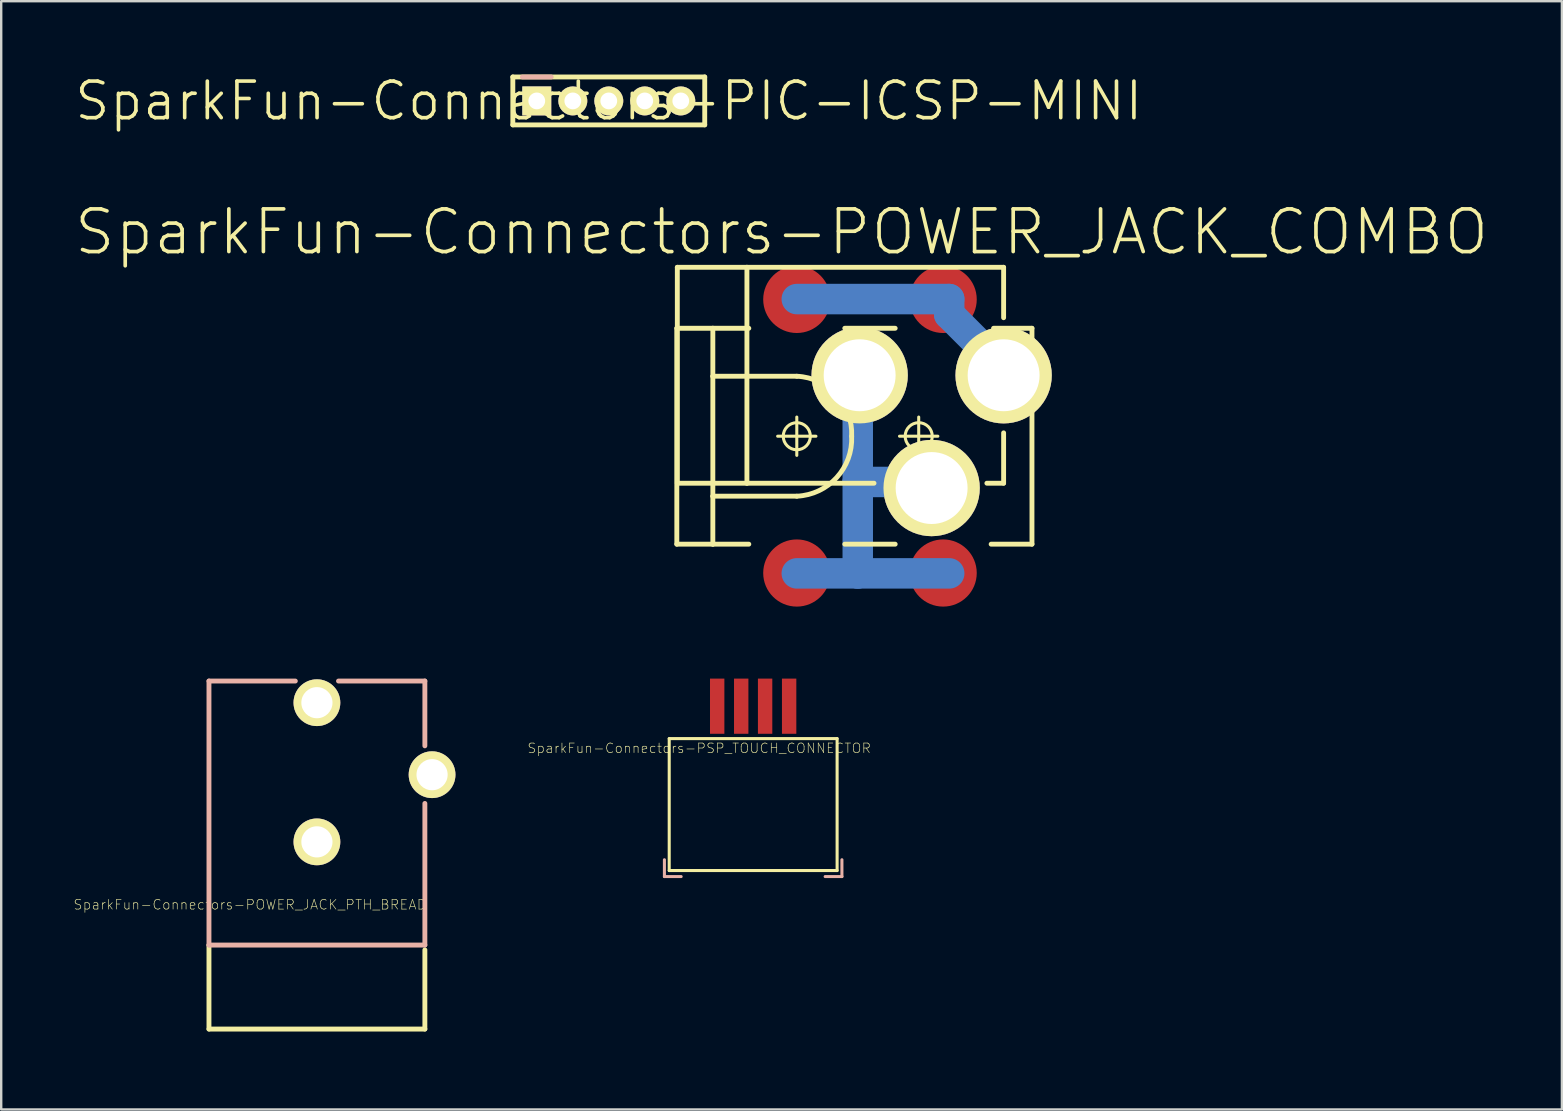
<source format=kicad_pcb>
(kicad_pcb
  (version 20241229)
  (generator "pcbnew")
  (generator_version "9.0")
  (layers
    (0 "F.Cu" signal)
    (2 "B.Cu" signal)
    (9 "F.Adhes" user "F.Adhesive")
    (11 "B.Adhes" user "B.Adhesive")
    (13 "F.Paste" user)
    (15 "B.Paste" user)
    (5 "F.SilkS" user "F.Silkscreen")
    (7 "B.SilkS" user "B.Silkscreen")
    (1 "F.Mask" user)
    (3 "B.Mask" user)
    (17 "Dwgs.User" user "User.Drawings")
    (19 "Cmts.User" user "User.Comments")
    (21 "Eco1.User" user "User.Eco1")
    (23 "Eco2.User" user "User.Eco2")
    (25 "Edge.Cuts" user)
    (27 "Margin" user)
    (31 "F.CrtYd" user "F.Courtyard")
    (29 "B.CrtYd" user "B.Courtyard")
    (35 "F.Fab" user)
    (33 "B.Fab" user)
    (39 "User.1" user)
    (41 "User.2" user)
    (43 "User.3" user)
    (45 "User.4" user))
  (footprint "SparkFun-Connectors-PSP_TOUCH_CONNECTOR"
    (layer "F.Cu")
    (at 28.332 29.225)
    (property "Reference" "SparkFun-Connectors-PSP_TOUCH_CONNECTOR" (at -2.248 -1.1 0) (layer "F.SilkS") (effects (font (size 0.399 0.399) (thickness 0.025))))
    (attr smd)
    (fp_line (start -3.498 -1.499) (end 3.498 -1.499) (stroke (width 0.127) (type solid)) (layer "F.SilkS"))
    (fp_line (start -3.498 3.998) (end -3.498 -1.499) (stroke (width 0.127) (type solid)) (layer "F.SilkS"))
    (fp_line (start -3.498 3.998) (end 3.498 3.998) (stroke (width 0.127) (type solid)) (layer "F.SilkS"))
    (fp_line (start 3.498 3.998) (end 3.498 -1.499) (stroke (width 0.127) (type solid)) (layer "F.SilkS"))
    (fp_line (start -3.698 3.548) (end -3.698 4.249) (stroke (width 0.127) (type solid)) (layer "B.SilkS"))
    (fp_line (start -3 4.249) (end -3.698 4.249) (stroke (width 0.127) (type solid)) (layer "B.SilkS"))
    (fp_line (start 3 4.249) (end 3.698 4.249) (stroke (width 0.127) (type solid)) (layer "B.SilkS"))
    (fp_line (start 3.698 3.548) (end 3.698 4.249) (stroke (width 0.127) (type solid)) (layer "B.SilkS"))
    (pad "X1" smd rect (at 1.499 -2.85 90) (size 2.299 0.599) (layers "F.Cu" "F.Mask" "F.Paste"))
    (pad "X2" smd rect (at -0.498 -2.85 90) (size 2.299 0.599) (layers "F.Cu" "F.Mask" "F.Paste"))
    (pad "Y1" smd rect (at -1.499 -2.85 90) (size 2.299 0.599) (layers "F.Cu" "F.Mask" "F.Paste"))
    (pad "Y2" smd rect (at 0.498 -2.85 90) (size 2.299 0.599) (layers "F.Cu" "F.Mask" "F.Paste")))
  (footprint "SparkFun-Connectors-POWER_JACK_PTH_BREAD"
    (layer "F.Cu")
    (at 10.155 39.927)
    (property "Reference" "SparkFun-Connectors-POWER_JACK_PTH_BREAD" (at -2.794 -5.283 0) (layer "F.SilkS") (effects (font (size 0.406 0.406) (thickness 0.025))))
    (attr exclude_from_pos_files exclude_from_bom)
    (fp_line (start -4.498 -3.599) (end -4.498 -0.099) (stroke (width 0.203) (type solid)) (layer "F.SilkS"))
    (fp_line (start 4.498 -0.099) (end -4.498 -0.099) (stroke (width 0.203) (type solid)) (layer "F.SilkS"))
    (fp_line (start 4.498 -0.099) (end 4.498 -3.399) (stroke (width 0.203) (type solid)) (layer "F.SilkS"))
    (fp_line (start -4.498 -14.6) (end -0.899 -14.6) (stroke (width 0.203) (type solid)) (layer "B.SilkS"))
    (fp_line (start -4.498 -3.599) (end -4.498 -14.6) (stroke (width 0.203) (type solid)) (layer "B.SilkS"))
    (fp_line (start -4.498 -3.599) (end 4.498 -3.599) (stroke (width 0.203) (type solid)) (layer "B.SilkS"))
    (fp_line (start 4.498 -14.6) (end 0.899 -14.6) (stroke (width 0.203) (type solid)) (layer "B.SilkS"))
    (fp_line (start 4.498 -14.6) (end 4.498 -11.9) (stroke (width 0.203) (type solid)) (layer "B.SilkS"))
    (fp_line (start 4.498 -3.599) (end 4.498 -9.5) (stroke (width 0.203) (type solid)) (layer "B.SilkS"))
    (pad "GND" thru_hole circle (at 0 -7.899) (size 1.948 1.948) (drill 1.298) (layers "*.Cu" "F.Mask" "F.SilkS" "F.Paste"))
    (pad "GNDB" thru_hole circle (at 4.798 -10.698) (size 1.948 1.948) (drill 1.298) (layers "*.Cu" "F.Mask" "F.SilkS" "F.Paste"))
    (pad "PWR" thru_hole circle (at 0 -13.698) (size 1.948 1.948) (drill 1.298) (layers "*.Cu" "F.Mask" "F.SilkS" "F.Paste")))
  (footprint "SparkFun-Connectors-POWER_JACK_COMBO"
    (layer "F.Cu")
    (at 30.15 15.126)
    (property "Reference" "SparkFun-Connectors-POWER_JACK_COMBO" (at -0.635 -8.509 0) (layer "F.SilkS") (effects (font (size 1.778 1.778) (thickness 0.152))))
    (attr smd)
    (fp_line (start 0 -5.715) (end 6.35 -5.715) (stroke (width 1.27) (type solid)) (layer "B.Cu"))
    (fp_line (start 2.54 -2.54) (end 2.54 1.905) (stroke (width 1.27) (type solid)) (layer "B.Cu"))
    (fp_line (start 2.54 1.905) (end 2.54 5.715) (stroke (width 1.27) (type solid)) (layer "B.Cu"))
    (fp_line (start 2.54 5.715) (end 0 5.715) (stroke (width 1.27) (type solid)) (layer "B.Cu"))
    (fp_line (start 5.715 1.905) (end 2.54 1.905) (stroke (width 1.27) (type solid)) (layer "B.Cu"))
    (fp_line (start 6.35 -5.715) (end 6.35 -5.08) (stroke (width 1.27) (type solid)) (layer "B.Cu"))
    (fp_line (start 6.35 -5.08) (end 8.89 -2.54) (stroke (width 1.27) (type solid)) (layer "B.Cu"))
    (fp_line (start 6.35 5.715) (end 2.54 5.715) (stroke (width 1.27) (type solid)) (layer "B.Cu"))
    (fp_line (start -4.999 -4.498) (end -4.999 4.498) (stroke (width 0.203) (type solid)) (layer "F.SilkS"))
    (fp_line (start -4.999 -4.498) (end -3.498 -4.498) (stroke (width 0.203) (type solid)) (layer "F.SilkS"))
    (fp_line (start -4.978 1.958) (end -4.978 -7.038) (stroke (width 0.203) (type solid)) (layer "F.SilkS"))
    (fp_line (start -4.978 1.958) (end -2.078 1.958) (stroke (width 0.203) (type solid)) (layer "F.SilkS"))
    (fp_line (start -3.498 -4.498) (end -3.498 -2.499) (stroke (width 0.203) (type solid)) (layer "F.SilkS"))
    (fp_line (start -3.498 -4.498) (end -1.999 -4.498) (stroke (width 0.203) (type solid)) (layer "F.SilkS"))
    (fp_line (start -3.498 -2.499) (end -3.498 2.499) (stroke (width 0.203) (type solid)) (layer "F.SilkS"))
    (fp_line (start -3.498 -2.499) (end 0 -2.499) (stroke (width 0.203) (type solid)) (layer "F.SilkS"))
    (fp_line (start -3.498 2.499) (end -3.498 4.498) (stroke (width 0.203) (type solid)) (layer "F.SilkS"))
    (fp_line (start -3.498 4.498) (end -4.999 4.498) (stroke (width 0.203) (type solid)) (layer "F.SilkS"))
    (fp_line (start -2.078 -7.038) (end -4.978 -7.038) (stroke (width 0.203) (type solid)) (layer "F.SilkS"))
    (fp_line (start -2.078 -7.038) (end -2.078 1.958) (stroke (width 0.203) (type solid)) (layer "F.SilkS"))
    (fp_line (start -2.078 -7.038) (end 8.618 -7.038) (stroke (width 0.203) (type solid)) (layer "F.SilkS"))
    (fp_line (start -2.078 1.958) (end 3.218 1.958) (stroke (width 0.203) (type solid)) (layer "F.SilkS"))
    (fp_line (start -1.999 4.498) (end -3.498 4.498) (stroke (width 0.203) (type solid)) (layer "F.SilkS"))
    (fp_line (start -0.798 0) (end 0.798 0) (stroke (width 0.127) (type solid)) (layer "F.SilkS"))
    (fp_line (start 0 0.798) (end 0 -0.798) (stroke (width 0.127) (type solid)) (layer "F.SilkS"))
    (fp_line (start 0 2.499) (end -3.498 2.499) (stroke (width 0.203) (type solid)) (layer "F.SilkS"))
    (fp_line (start 1.999 -4.498) (end 4.1 -4.498) (stroke (width 0.203) (type solid)) (layer "F.SilkS"))
    (fp_line (start 4.1 4.498) (end 1.999 4.498) (stroke (width 0.203) (type solid)) (layer "F.SilkS"))
    (fp_line (start 4.28 0) (end 5.878 0) (stroke (width 0.127) (type solid)) (layer "F.SilkS"))
    (fp_line (start 5.08 0.798) (end 5.08 -0.798) (stroke (width 0.127) (type solid)) (layer "F.SilkS"))
    (fp_line (start 8.199 -4.498) (end 9.799 -4.498) (stroke (width 0.203) (type solid)) (layer "F.SilkS"))
    (fp_line (start 8.618 -7.038) (end 8.618 -4.938) (stroke (width 0.203) (type solid)) (layer "F.SilkS"))
    (fp_line (start 8.618 1.958) (end 7.92 1.958) (stroke (width 0.203) (type solid)) (layer "F.SilkS"))
    (fp_line (start 8.618 1.958) (end 8.618 -0.14) (stroke (width 0.203) (type solid)) (layer "F.SilkS"))
    (fp_line (start 9.799 -4.498) (end 9.799 4.498) (stroke (width 0.203) (type solid)) (layer "F.SilkS"))
    (fp_line (start 9.799 4.498) (end 8.098 4.498) (stroke (width 0.203) (type solid)) (layer "F.SilkS"))
    (fp_arc (start 0 -2.49936) (mid 1.660634 -1.723126) (end 2.286 0) (stroke (width 0.2032) (type solid)) (layer "F.SilkS"))
    (fp_arc (start 2.286 0) (mid 1.660634 1.723126) (end 0 2.49936) (stroke (width 0.2032) (type solid)) (layer "F.SilkS"))
    (fp_circle (center 0 0) (end -0.399 0.399) (stroke (width 0.127) (type solid)) (fill no) (layer "F.SilkS"))
    (fp_circle (center 5.08 0) (end 5.479 0.399) (stroke (width 0.127) (type solid)) (fill no) (layer "F.SilkS"))
    (pad "GND" thru_hole circle (at 5.618 2.159) (size 4.013 4.013) (drill 2.997) (layers "*.Cu" "F.Mask" "F.SilkS" "F.Paste"))
    (pad "GND@" smd circle (at 0 5.7) (size 2.799 2.799) (layers "F.Cu" "F.Mask" "F.Paste"))
    (pad "GND@" thru_hole circle (at 2.619 -2.54) (size 4.013 4.013) (drill 2.997) (layers "*.Cu" "F.Mask" "F.SilkS" "F.Paste"))
    (pad "GND@" smd circle (at 6.099 5.7) (size 2.799 2.799) (layers "F.Cu" "F.Mask" "F.Paste"))
    (pad "POWE" smd circle (at 0 -5.7) (size 2.799 2.799) (layers "F.Cu" "F.Mask" "F.Paste"))
    (pad "POWE" smd circle (at 6.099 -5.7) (size 2.799 2.799) (layers "F.Cu" "F.Mask" "F.Paste"))
    (pad "POWE" thru_hole circle (at 8.618 -2.54) (size 4.013 4.013) (drill 2.997) (layers "*.Cu" "F.Mask" "F.SilkS" "F.Paste")))
  (footprint "SparkFun-Connectors-PIC-ICSP-MINI"
    (layer "F.Cu")
    (at 22.316 1.155)
    (property "Reference" "SparkFun-Connectors-PIC-ICSP-MINI" (at 0 0 0) (layer "F.SilkS") (effects (font (size 1.524 1.524) (thickness 0.15))))
    (attr exclude_from_pos_files exclude_from_bom)
    (fp_line (start -3.998 -0.998) (end -3.998 0.998) (stroke (width 0.203) (type solid)) (layer "F.SilkS"))
    (fp_line (start -3.998 0.998) (end 3.998 0.998) (stroke (width 0.203) (type solid)) (layer "F.SilkS"))
    (fp_line (start 3.998 -0.998) (end -3.998 -0.998) (stroke (width 0.203) (type solid)) (layer "F.SilkS"))
    (fp_line (start 3.998 0.998) (end 3.998 -0.998) (stroke (width 0.203) (type solid)) (layer "F.SilkS"))
    (fp_line (start -2.398 -0.998) (end -3.599 -0.998) (stroke (width 0.203) (type solid)) (layer "B.SilkS"))
    (pad "1" thru_hole rect (at -3 0) (size 1.206 1.206) (drill 0.699) (layers "*.Cu" "F.Mask" "F.SilkS" "F.Paste"))
    (pad "2" thru_hole circle (at -1.499 0) (size 1.206 1.206) (drill 0.699) (layers "*.Cu" "F.Mask" "F.SilkS" "F.Paste"))
    (pad "3" thru_hole circle (at 0 0) (size 1.206 1.206) (drill 0.699) (layers "*.Cu" "F.Mask" "F.SilkS" "F.Paste"))
    (pad "4" thru_hole circle (at 1.499 0) (size 1.206 1.206) (drill 0.699) (layers "*.Cu" "F.Mask" "F.SilkS" "F.Paste"))
    (pad "5" thru_hole circle (at 3 0) (size 1.206 1.206) (drill 0.699) (layers "*.Cu" "F.Mask" "F.SilkS" "F.Paste")))
  (gr_rect
    (start -3 -3)
    (end 62.03 43.177)
    (stroke (width 0.1) (type default))
    (fill no)
    (layer "Edge.Cuts")))
</source>
